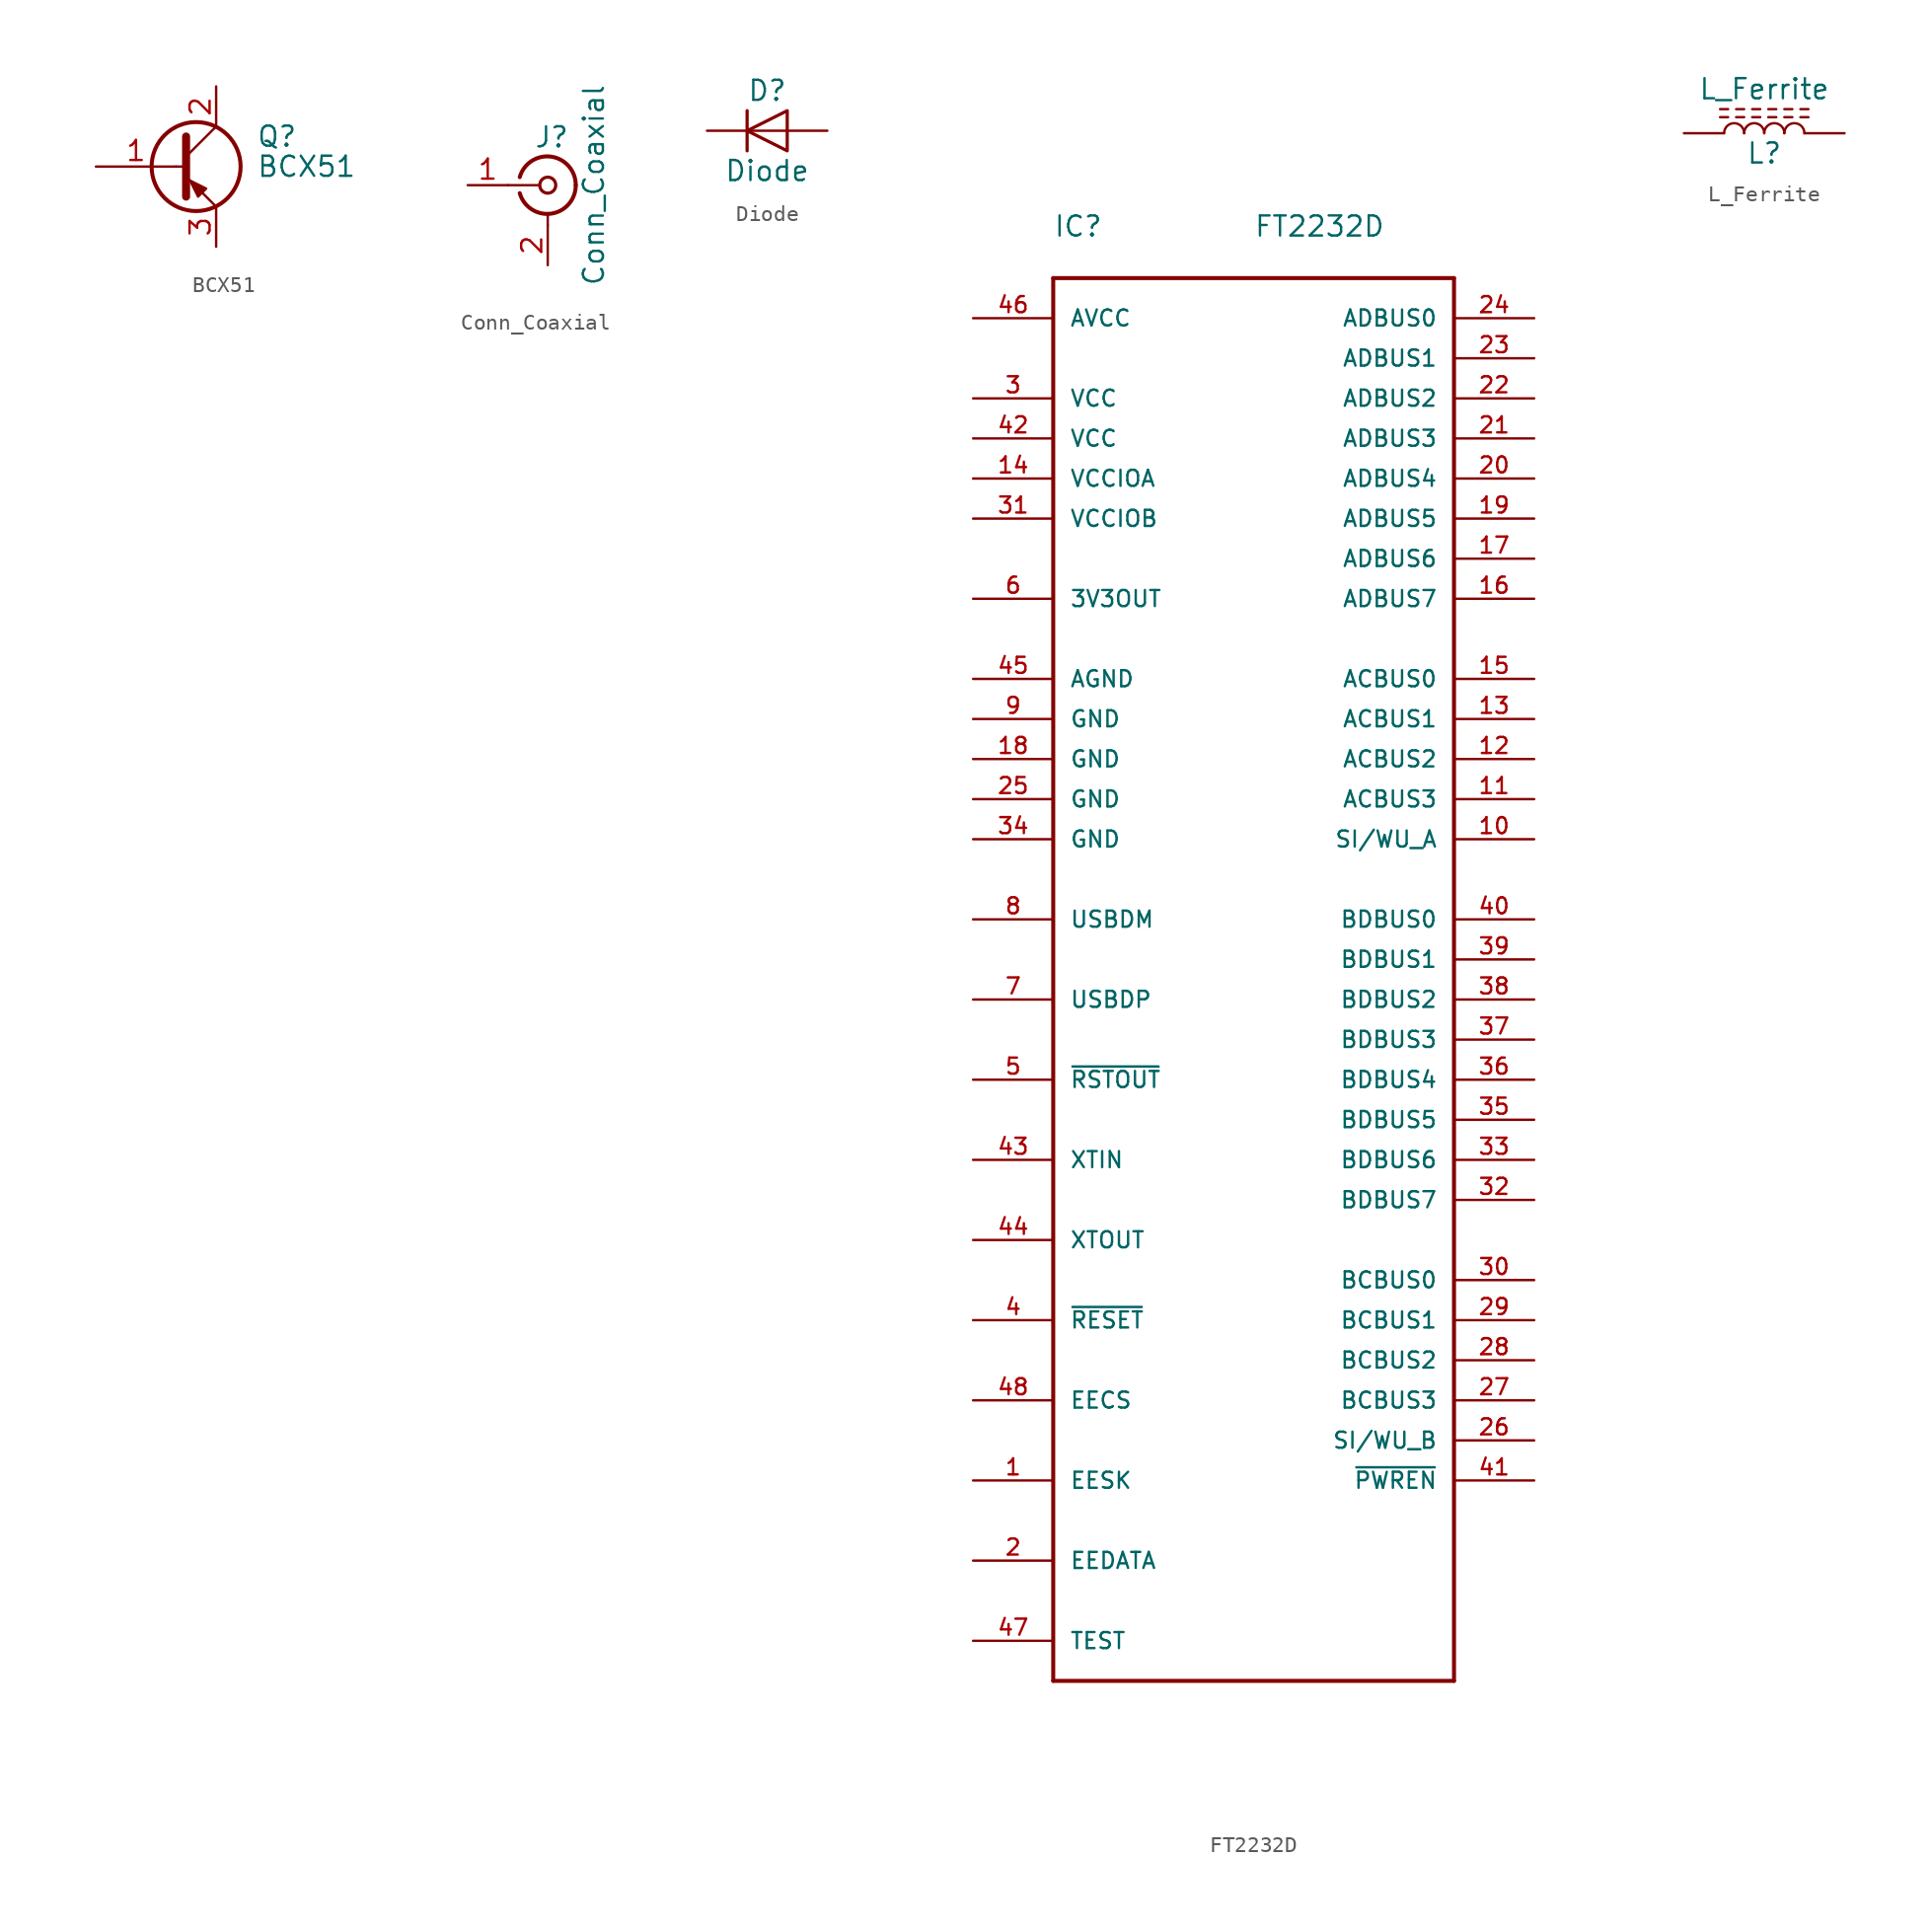
<source format=kicad_sym>
(kicad_symbol_lib
  (version 20220914)
  (generator kicad_symbol_editor)
  (symbol "BCX51"
    (pin_names
      (offset 0) hide)
    (property "Reference" "Q"
      (at 5.08 1.905 0)
      (effects (font (size 1.27 1.27)) (justify left)))
    (property "Value" "BCX51"
      (at 5.08 0 0)
      (effects (font (size 1.27 1.27)) (justify left)))
    (symbol "BCX51_0_1"
      (polyline (pts (xy 0 0) (xy 0.635 0)) (stroke (width 0) (type solid)) (fill (type none)))
      (polyline (pts (xy 2.54 -2.54) (xy 0.635 -0.635)) (stroke (width 0) (type solid)) (fill (type none)))
      (polyline (pts (xy 2.54 2.54) (xy 0.635 0.635)) (stroke (width 0) (type solid)) (fill (type none)))
      (polyline (pts (xy 0.635 1.905) (xy 0.635 -1.905) (xy 0.635 -1.905)) (stroke (width 0.508) (type solid)) (fill (type outline)))
      (polyline (pts (xy 1.397 -1.905) (xy 1.905 -1.397) (xy 0.889 -0.889) (xy 1.397 -1.905) (xy 1.397 -1.905)) (stroke (width 0) (type solid)) (fill (type outline)))
      (circle (center 1.27 0) (radius 2.819) (stroke (width 0.254) (type solid)) (fill (type none))))
    (symbol "BCX51_1_1"
      (pin input line (at -5.08 0 0) (length 5.08) (name "B" (effects (font (size 1.27 1.27)))) (number "1" (effects (font (size 1.27 1.27)))))
      (pin passive line (at 2.54 5.08 270) (length 2.54) (name "C" (effects (font (size 1.27 1.27)))) (number "2" (effects (font (size 1.27 1.27)))))
      (pin passive line (at 2.54 -5.08 90) (length 2.54) (name "E" (effects (font (size 1.27 1.27)))) (number "3" (effects (font (size 1.27 1.27)))))))
  (symbol "Conn_Coaxial"
    (pin_names
      (offset 1.016) hide)
    (property "Reference" "J"
      (at 0.254 3.048 0)
      (effects (font (size 1.27 1.27))))
    (property "Value" "Conn_Coaxial"
      (at 2.921 0 90)
      (effects (font (size 1.27 1.27))))
    (symbol "Conn_Coaxial_0_1"
      (arc (start -1.778 -0.508) (mid 0.2311 -1.8066) (end 1.778 0) (stroke (width 0.254) (type solid)) (fill (type none)))
      (polyline (pts (xy -2.54 0) (xy -0.508 0)) (stroke (width 0) (type solid)) (fill (type none)))
      (polyline (pts (xy 0 -2.54) (xy 0 -1.778)) (stroke (width 0) (type solid)) (fill (type none)))
      (circle (center 0 0) (radius 0.508) (stroke (width 0.203) (type solid)) (fill (type none)))
      (arc (start 1.778 0) (mid 0.2099 1.8101) (end -1.778 0.508) (stroke (width 0.254) (type solid)) (fill (type none))))
    (symbol "Conn_Coaxial_1_1"
      (pin passive line (at -5.08 0 0) (length 2.54) (name "In" (effects (font (size 1.27 1.27)))) (number "1" (effects (font (size 1.27 1.27)))))
      (pin passive line (at 0 -5.08 90) (length 2.54) (name "Ext" (effects (font (size 1.27 1.27)))) (number "2" (effects (font (size 1.27 1.27)))))))
  (symbol "Diode"
    (pin_numbers hide)
    (pin_names
      (offset 1.016) hide)
    (property "Reference" "D"
      (at 3.81 2.54 0)
      (effects (font (size 1.27 1.27))))
    (property "Value" "Diode"
      (at 3.81 -2.54 0)
      (effects (font (size 1.27 1.27))))
    (symbol "Diode_1_1"
      (polyline (pts (xy 2.54 1.27) (xy 2.54 -1.27)) (stroke (width 0.203) (type solid)) (fill (type none)))
      (polyline (pts (xy 5.08 0) (xy 2.54 0)) (stroke (width 0) (type solid)) (fill (type none)))
      (polyline (pts (xy 5.08 1.27) (xy 5.08 -1.27) (xy 2.54 0) (xy 5.08 1.27)) (stroke (width 0.203) (type solid)) (fill (type none)))
      (pin passive line (at 0 0 0) (length 2.54) (name "K" (effects (font (size 1.27 1.27)))) (number "1" (effects (font (size 1.27 1.27)))))
      (pin passive line (at 7.62 0 180) (length 2.54) (name "A" (effects (font (size 1.27 1.27)))) (number "2" (effects (font (size 1.27 1.27)))))))
  (symbol "FT2232D"
    (pin_names
      (offset 1.016))
    (property "Reference" "IC"
      (at 0 2.54 0)
      (effects (font (size 1.27 1.27)) (justify left bottom)))
    (property "Value" "FT2232D"
      (at 12.7 2.54 0)
      (effects (font (size 1.27 1.27)) (justify left bottom)))
    (symbol "FT2232D_1_0"
      (polyline (pts (xy 0 -88.9) (xy 0 0)) (stroke (width 0.254) (type solid)) (fill (type none)))
      (polyline (pts (xy 0 0) (xy 25.4 0)) (stroke (width 0.254) (type solid)) (fill (type none)))
      (polyline (pts (xy 25.4 -88.9) (xy 0 -88.9)) (stroke (width 0.254) (type solid)) (fill (type none)))
      (polyline (pts (xy 25.4 0) (xy 25.4 -88.9)) (stroke (width 0.254) (type solid)) (fill (type none)))
      (pin bidirectional line (at 30.48 -35.56 180) (length 5.08) (name "SI/WU_A" (effects (font (size 1.016 1.016)))) (number "10" (effects (font (size 1.016 1.016)))))
      (pin bidirectional line (at 30.48 -27.94 180) (length 5.08) (name "ACBUS1" (effects (font (size 1.016 1.016)))) (number "13" (effects (font (size 1.016 1.016)))))
      (pin bidirectional line (at 30.48 -20.32 180) (length 5.08) (name "ADBUS7" (effects (font (size 1.016 1.016)))) (number "16" (effects (font (size 1.016 1.016)))))
      (pin power_in line (at -5.08 -30.48 0) (length 5.08) (name "GND" (effects (font (size 1.016 1.016)))) (number "18" (effects (font (size 1.016 1.016)))))
      (pin bidirectional line (at -5.08 -81.28 0) (length 5.08) (name "EEDATA" (effects (font (size 1.016 1.016)))) (number "2" (effects (font (size 1.016 1.016)))))
      (pin bidirectional line (at 30.48 -73.66 180) (length 5.08) (name "SI/WU_B" (effects (font (size 1.016 1.016)))) (number "26" (effects (font (size 1.016 1.016)))))
      (pin bidirectional line (at 30.48 -68.58 180) (length 5.08) (name "BCBUS2" (effects (font (size 1.016 1.016)))) (number "28" (effects (font (size 1.016 1.016)))))
      (pin bidirectional line (at 30.48 -63.5 180) (length 5.08) (name "BCBUS0" (effects (font (size 1.016 1.016)))) (number "30" (effects (font (size 1.016 1.016)))))
      (pin power_in line (at -5.08 -35.56 0) (length 5.08) (name "GND" (effects (font (size 1.016 1.016)))) (number "34" (effects (font (size 1.016 1.016)))))
      (pin bidirectional line (at 30.48 -53.34 180) (length 5.08) (name "BDBUS5" (effects (font (size 1.016 1.016)))) (number "35" (effects (font (size 1.016 1.016)))))
      (pin bidirectional line (at -5.08 -45.72 0) (length 5.08) (name "USBDP" (effects (font (size 1.016 1.016)))) (number "7" (effects (font (size 1.016 1.016)))))
      (pin power_in line (at -5.08 -27.94 0) (length 5.08) (name "GND" (effects (font (size 1.016 1.016)))) (number "9" (effects (font (size 1.016 1.016))))))
    (symbol "FT2232D_1_1"
      (pin output line (at -5.08 -76.2 0) (length 5.08) (name "EESK" (effects (font (size 1.016 1.016)))) (number "1" (effects (font (size 1.016 1.016)))))
      (pin bidirectional line (at 30.48 -33.02 180) (length 5.08) (name "ACBUS3" (effects (font (size 1.016 1.016)))) (number "11" (effects (font (size 1.016 1.016)))))
      (pin bidirectional line (at 30.48 -30.48 180) (length 5.08) (name "ACBUS2" (effects (font (size 1.016 1.016)))) (number "12" (effects (font (size 1.016 1.016)))))
      (pin power_in line (at -5.08 -12.7 0) (length 5.08) (name "VCCIOA" (effects (font (size 1.016 1.016)))) (number "14" (effects (font (size 1.016 1.016)))))
      (pin bidirectional line (at 30.48 -25.4 180) (length 5.08) (name "ACBUS0" (effects (font (size 1.016 1.016)))) (number "15" (effects (font (size 1.016 1.016)))))
      (pin bidirectional line (at 30.48 -17.78 180) (length 5.08) (name "ADBUS6" (effects (font (size 1.016 1.016)))) (number "17" (effects (font (size 1.016 1.016)))))
      (pin bidirectional line (at 30.48 -15.24 180) (length 5.08) (name "ADBUS5" (effects (font (size 1.016 1.016)))) (number "19" (effects (font (size 1.016 1.016)))))
      (pin bidirectional line (at 30.48 -12.7 180) (length 5.08) (name "ADBUS4" (effects (font (size 1.016 1.016)))) (number "20" (effects (font (size 1.016 1.016)))))
      (pin bidirectional line (at 30.48 -10.16 180) (length 5.08) (name "ADBUS3" (effects (font (size 1.016 1.016)))) (number "21" (effects (font (size 1.016 1.016)))))
      (pin bidirectional line (at 30.48 -7.62 180) (length 5.08) (name "ADBUS2" (effects (font (size 1.016 1.016)))) (number "22" (effects (font (size 1.016 1.016)))))
      (pin bidirectional line (at 30.48 -5.08 180) (length 5.08) (name "ADBUS1" (effects (font (size 1.016 1.016)))) (number "23" (effects (font (size 1.016 1.016)))))
      (pin bidirectional line (at 30.48 -2.54 180) (length 5.08) (name "ADBUS0" (effects (font (size 1.016 1.016)))) (number "24" (effects (font (size 1.016 1.016)))))
      (pin power_in line (at -5.08 -33.02 0) (length 5.08) (name "GND" (effects (font (size 1.016 1.016)))) (number "25" (effects (font (size 1.016 1.016)))))
      (pin bidirectional line (at 30.48 -71.12 180) (length 5.08) (name "BCBUS3" (effects (font (size 1.016 1.016)))) (number "27" (effects (font (size 1.016 1.016)))))
      (pin bidirectional line (at 30.48 -66.04 180) (length 5.08) (name "BCBUS1" (effects (font (size 1.016 1.016)))) (number "29" (effects (font (size 1.016 1.016)))))
      (pin power_in line (at -5.08 -7.62 0) (length 5.08) (name "VCC" (effects (font (size 1.016 1.016)))) (number "3" (effects (font (size 1.016 1.016)))))
      (pin power_in line (at -5.08 -15.24 0) (length 5.08) (name "VCCIOB" (effects (font (size 1.016 1.016)))) (number "31" (effects (font (size 1.016 1.016)))))
      (pin bidirectional line (at 30.48 -58.42 180) (length 5.08) (name "BDBUS7" (effects (font (size 1.016 1.016)))) (number "32" (effects (font (size 1.016 1.016)))))
      (pin bidirectional line (at 30.48 -55.88 180) (length 5.08) (name "BDBUS6" (effects (font (size 1.016 1.016)))) (number "33" (effects (font (size 1.016 1.016)))))
      (pin bidirectional line (at 30.48 -50.8 180) (length 5.08) (name "BDBUS4" (effects (font (size 1.016 1.016)))) (number "36" (effects (font (size 1.016 1.016)))))
      (pin bidirectional line (at 30.48 -48.26 180) (length 5.08) (name "BDBUS3" (effects (font (size 1.016 1.016)))) (number "37" (effects (font (size 1.016 1.016)))))
      (pin bidirectional line (at 30.48 -45.72 180) (length 5.08) (name "BDBUS2" (effects (font (size 1.016 1.016)))) (number "38" (effects (font (size 1.016 1.016)))))
      (pin bidirectional line (at 30.48 -43.18 180) (length 5.08) (name "BDBUS1" (effects (font (size 1.016 1.016)))) (number "39" (effects (font (size 1.016 1.016)))))
      (pin input line (at -5.08 -66.04 0) (length 5.08) (name "~{RESET}" (effects (font (size 1.016 1.016)))) (number "4" (effects (font (size 1.016 1.016)))))
      (pin bidirectional line (at 30.48 -40.64 180) (length 5.08) (name "BDBUS0" (effects (font (size 1.016 1.016)))) (number "40" (effects (font (size 1.016 1.016)))))
      (pin output line (at 30.48 -76.2 180) (length 5.08) (name "~{PWREN}" (effects (font (size 1.016 1.016)))) (number "41" (effects (font (size 1.016 1.016)))))
      (pin power_in line (at -5.08 -10.16 0) (length 5.08) (name "VCC" (effects (font (size 1.016 1.016)))) (number "42" (effects (font (size 1.016 1.016)))))
      (pin input line (at -5.08 -55.88 0) (length 5.08) (name "XTIN" (effects (font (size 1.016 1.016)))) (number "43" (effects (font (size 1.016 1.016)))))
      (pin output line (at -5.08 -60.96 0) (length 5.08) (name "XTOUT" (effects (font (size 1.016 1.016)))) (number "44" (effects (font (size 1.016 1.016)))))
      (pin power_in line (at -5.08 -25.4 0) (length 5.08) (name "AGND" (effects (font (size 1.016 1.016)))) (number "45" (effects (font (size 1.016 1.016)))))
      (pin power_in line (at -5.08 -2.54 0) (length 5.08) (name "AVCC" (effects (font (size 1.016 1.016)))) (number "46" (effects (font (size 1.016 1.016)))))
      (pin input line (at -5.08 -86.36 0) (length 5.08) (name "TEST" (effects (font (size 1.016 1.016)))) (number "47" (effects (font (size 1.016 1.016)))))
      (pin bidirectional line (at -5.08 -71.12 0) (length 5.08) (name "EECS" (effects (font (size 1.016 1.016)))) (number "48" (effects (font (size 1.016 1.016)))))
      (pin output line (at -5.08 -50.8 0) (length 5.08) (name "~{RSTOUT}" (effects (font (size 1.016 1.016)))) (number "5" (effects (font (size 1.016 1.016)))))
      (pin power_out line (at -5.08 -20.32 0) (length 5.08) (name "3V3OUT" (effects (font (size 1.016 1.016)))) (number "6" (effects (font (size 1.016 1.016)))))
      (pin bidirectional line (at -5.08 -40.64 0) (length 5.08) (name "USBDM" (effects (font (size 1.016 1.016)))) (number "8" (effects (font (size 1.016 1.016)))))))
  (symbol "L_Ferrite"
    (pin_numbers hide)
    (pin_names
      (offset 1.016) hide)
    (property "Reference" "L"
      (at 0 -1.27 0)
      (effects (font (size 1.27 1.27))))
    (property "Value" "L_Ferrite"
      (at 0 2.794 0)
      (effects (font (size 1.27 1.27))))
    (symbol "L_Ferrite_0_1"
      (arc (start -1.27 0) (mid -1.905 0.6323) (end -2.54 0) (stroke (width 0) (type solid)) (fill (type none)))
      (arc (start 0 0) (mid -0.635 0.6323) (end -1.27 0) (stroke (width 0) (type solid)) (fill (type none)))
      (polyline (pts (xy -2.794 1.524) (xy -2.286 1.524)) (stroke (width 0) (type solid)) (fill (type none)))
      (polyline (pts (xy -2.286 1.016) (xy -2.794 1.016)) (stroke (width 0) (type solid)) (fill (type none)))
      (polyline (pts (xy -1.778 1.524) (xy -1.27 1.524)) (stroke (width 0) (type solid)) (fill (type none)))
      (polyline (pts (xy -1.27 1.016) (xy -1.778 1.016)) (stroke (width 0) (type solid)) (fill (type none)))
      (polyline (pts (xy -0.762 1.524) (xy -0.254 1.524)) (stroke (width 0) (type solid)) (fill (type none)))
      (polyline (pts (xy -0.254 1.016) (xy -0.762 1.016)) (stroke (width 0) (type solid)) (fill (type none)))
      (polyline (pts (xy 0.254 1.524) (xy 0.762 1.524)) (stroke (width 0) (type solid)) (fill (type none)))
      (polyline (pts (xy 0.762 1.016) (xy 0.254 1.016)) (stroke (width 0) (type solid)) (fill (type none)))
      (polyline (pts (xy 1.27 1.524) (xy 1.778 1.524)) (stroke (width 0) (type solid)) (fill (type none)))
      (polyline (pts (xy 1.778 1.016) (xy 1.27 1.016)) (stroke (width 0) (type solid)) (fill (type none)))
      (polyline (pts (xy 2.286 1.524) (xy 2.794 1.524)) (stroke (width 0) (type solid)) (fill (type none)))
      (polyline (pts (xy 2.794 1.016) (xy 2.286 1.016)) (stroke (width 0) (type solid)) (fill (type none)))
      (arc (start 1.27 0) (mid 0.635 0.6323) (end 0 0) (stroke (width 0) (type solid)) (fill (type none)))
      (arc (start 2.54 0) (mid 1.905 0.6323) (end 1.27 0) (stroke (width 0) (type solid)) (fill (type none))))
    (symbol "L_Ferrite_1_1"
      (pin passive line (at -5.08 0 0) (length 2.54) (name "1" (effects (font (size 1.27 1.27)))) (number "1" (effects (font (size 1.27 1.27)))))
      (pin passive line (at 5.08 0 180) (length 2.54) (name "2" (effects (font (size 1.27 1.27)))) (number "2" (effects (font (size 1.27 1.27))))))))
</source>
